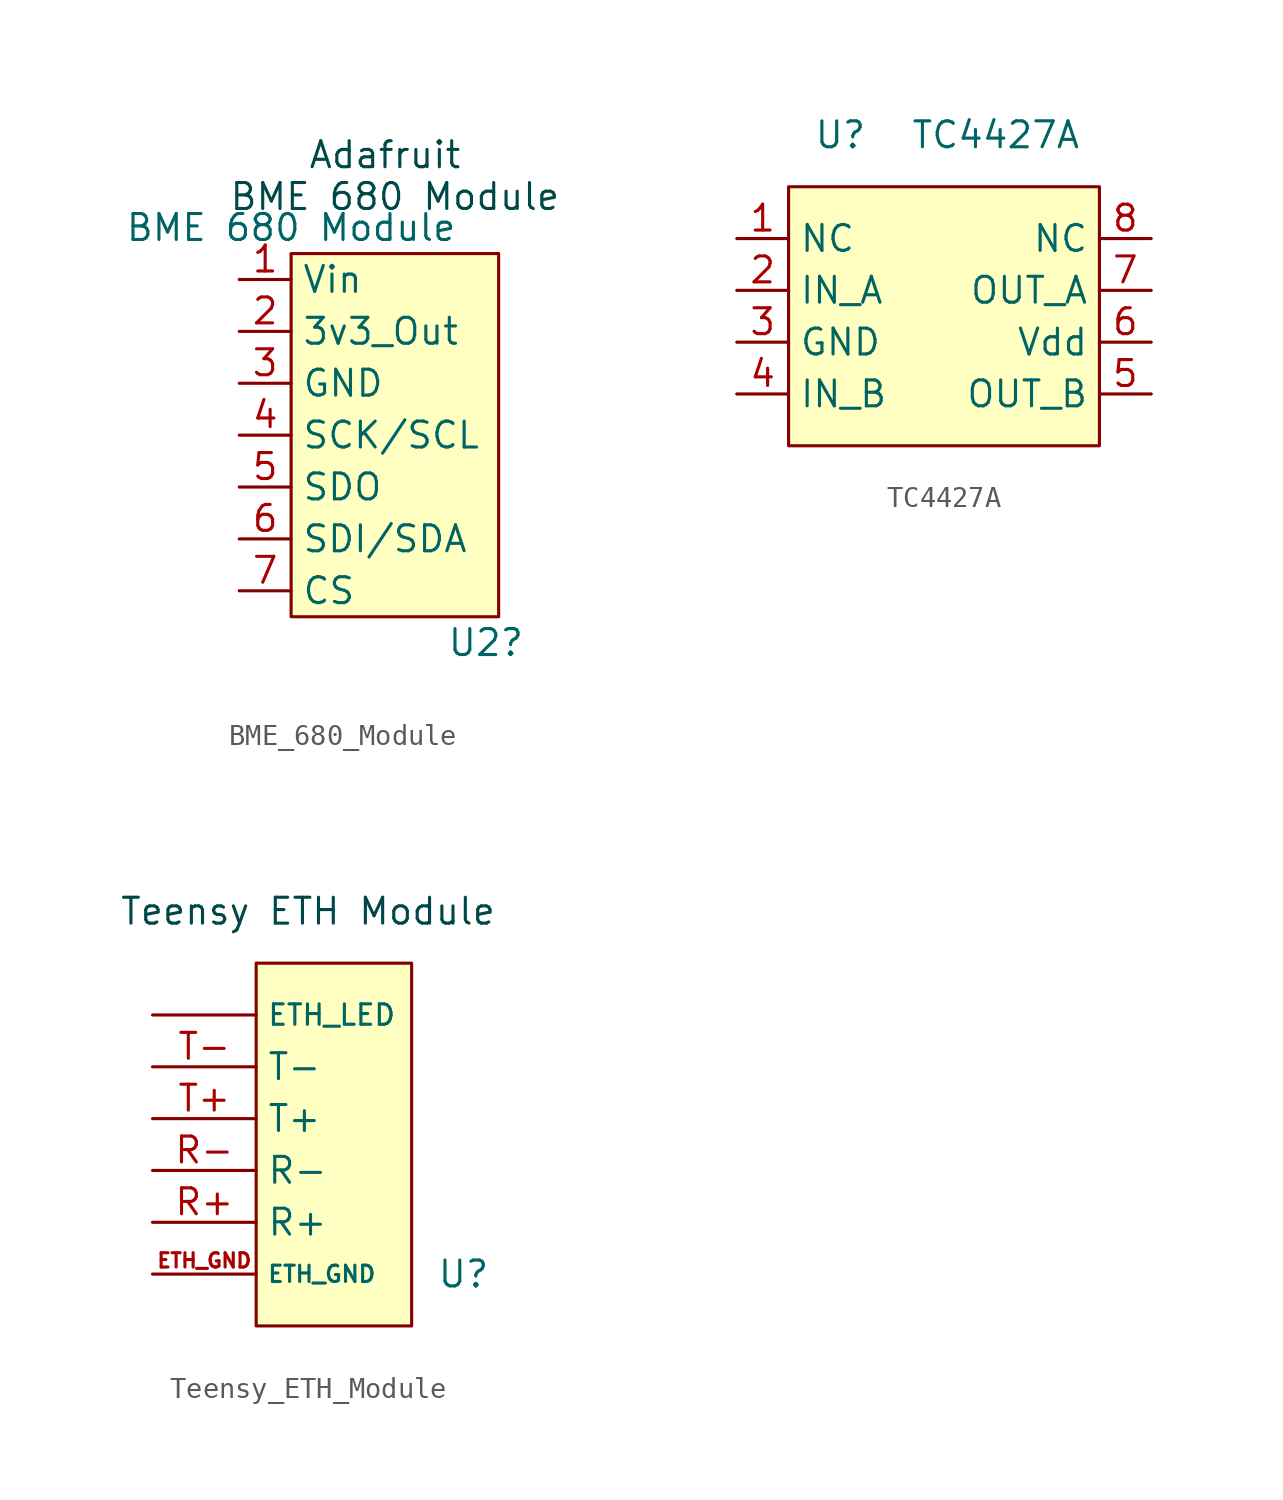
<source format=kicad_sym>
(kicad_symbol_lib
  (version 20220914)
  (generator kicad_symbol_editor)
  (symbol "BME_680_Module"
    (property "Reference" "U2"
      (at 7.62 -20.32 0)
      (effects (font (size 1.27 1.27)) (justify left)))
    (property "Value" "BME 680 Module"
      (at 0 0 0)
      (effects (font (size 1.27 1.27))))
    (symbol "BME_680_Module_0_1"
      (rectangle (start 0 -1.27) (end 10.16 -19.05) (stroke (width 0) (type default)) (fill (type background))))
    (symbol "BME_680_Module_1_1"
      (text "Adafruit \nBME 680 Module\n" (at 5.08 2.54 0) (effects (font (size 1.27 1.27) (color 0 72 72 1))))
      (pin passive line (at -2.54 -2.54 0) (length 2.54) (name "Vin" (effects (font (size 1.27 1.27)))) (number "1" (effects (font (size 1.27 1.27)))))
      (pin passive line (at -2.54 -5.08 0) (length 2.54) (name "3v3_Out" (effects (font (size 1.27 1.27)))) (number "2" (effects (font (size 1.27 1.27)))))
      (pin passive line (at -2.54 -7.62 0) (length 2.54) (name "GND" (effects (font (size 1.27 1.27)))) (number "3" (effects (font (size 1.27 1.27)))))
      (pin passive line (at -2.54 -10.16 0) (length 2.54) (name "SCK/SCL" (effects (font (size 1.27 1.27)))) (number "4" (effects (font (size 1.27 1.27)))))
      (pin passive line (at -2.54 -12.7 0) (length 2.54) (name "SDO" (effects (font (size 1.27 1.27)))) (number "5" (effects (font (size 1.27 1.27)))))
      (pin passive line (at -2.54 -15.24 0) (length 2.54) (name "SDI/SDA" (effects (font (size 1.27 1.27)))) (number "6" (effects (font (size 1.27 1.27)))))
      (pin passive line (at -2.54 -17.78 0) (length 2.54) (name "CS" (effects (font (size 1.27 1.27)))) (number "7" (effects (font (size 1.27 1.27)))))))
  (symbol "TC4427A"
    (property "Reference" "U"
      (at -5.08 0 0)
      (effects (font (size 1.27 1.27))))
    (property "Value" "TC4427A"
      (at 2.54 0 0)
      (effects (font (size 1.27 1.27))))
    (symbol "TC4427A_0_1"
      (rectangle (start -7.62 -2.54) (end 7.62 -15.24) (stroke (width 0) (type default)) (fill (type background))))
    (symbol "TC4427A_1_1"
      (pin passive line (at -10.16 -5.08 0) (length 2.54) (name "NC" (effects (font (size 1.27 1.27)))) (number "1" (effects (font (size 1.27 1.27)))))
      (pin input line (at -10.16 -7.62 0) (length 2.54) (name "IN_A" (effects (font (size 1.27 1.27)))) (number "2" (effects (font (size 1.27 1.27)))))
      (pin power_in line (at -10.16 -10.16 0) (length 2.54) (name "GND" (effects (font (size 1.27 1.27)))) (number "3" (effects (font (size 1.27 1.27)))))
      (pin input line (at -10.16 -12.7 0) (length 2.54) (name "IN_B" (effects (font (size 1.27 1.27)))) (number "4" (effects (font (size 1.27 1.27)))))
      (pin output line (at 10.16 -12.7 180) (length 2.54) (name "OUT_B" (effects (font (size 1.27 1.27)))) (number "5" (effects (font (size 1.27 1.27)))))
      (pin power_in line (at 10.16 -10.16 180) (length 2.54) (name "Vdd" (effects (font (size 1.27 1.27)))) (number "6" (effects (font (size 1.27 1.27)))))
      (pin output line (at 10.16 -7.62 180) (length 2.54) (name "OUT_A" (effects (font (size 1.27 1.27)))) (number "7" (effects (font (size 1.27 1.27)))))
      (pin passive line (at 10.16 -5.08 180) (length 2.54) (name "NC" (effects (font (size 1.27 1.27)))) (number "8" (effects (font (size 1.27 1.27)))))))
  (symbol "Teensy_ETH_Module"
    (property "Reference" "U"
      (at 5.08 -15.24 0)
      (effects (font (size 1.27 1.27))))
    (property "Value" ""
      (at 0 0 0)
      (effects (font (size 1.27 1.27))))
    (symbol "Teensy_ETH_Module_0_1"
      (rectangle (start -5.08 0) (end 2.54 -17.78) (stroke (width 0) (type default)) (fill (type background)))
      (text "Teensy ETH Module" (at -2.54 2.54 0) (effects (font (size 1.27 1.27) (color 0 72 72 1)))))
    (symbol "Teensy_ETH_Module_1_1"
      (pin input line (at -10.16 -2.54 0) (length 5.08) (name "ETH_LED" (effects (font (size 1 1)))) (number "" (effects (font (size 1.27 1.27)))))
      (pin input line (at -10.16 -15.24 0) (length 5.08) (name "ETH_GND" (effects (font (size 0.8 0.8)))) (number "ETH_GND" (effects (font (size 0.7 0.7)))))
      (pin bidirectional line (at -10.16 -12.7 0) (length 5.08) (name "R+" (effects (font (size 1.27 1.27)))) (number "R+" (effects (font (size 1.27 1.27)))))
      (pin bidirectional line (at -10.16 -10.16 0) (length 5.08) (name "R-" (effects (font (size 1.27 1.27)))) (number "R-" (effects (font (size 1.27 1.27)))))
      (pin bidirectional line (at -10.16 -7.62 0) (length 5.08) (name "T+" (effects (font (size 1.27 1.27)))) (number "T+" (effects (font (size 1.27 1.27)))))
      (pin bidirectional line (at -10.16 -5.08 0) (length 5.08) (name "T-" (effects (font (size 1.27 1.27)))) (number "T-" (effects (font (size 1.27 1.27))))))))
</source>
